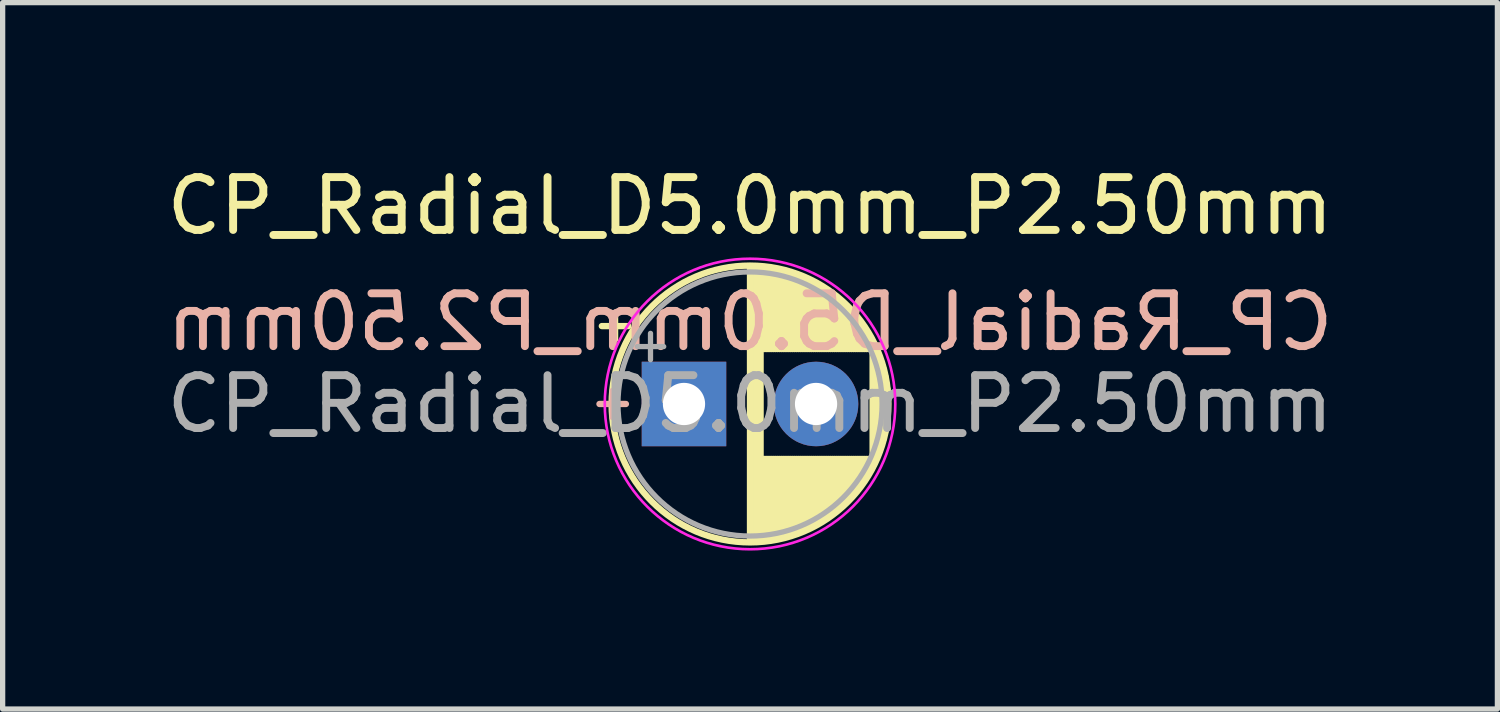
<source format=kicad_pcb>
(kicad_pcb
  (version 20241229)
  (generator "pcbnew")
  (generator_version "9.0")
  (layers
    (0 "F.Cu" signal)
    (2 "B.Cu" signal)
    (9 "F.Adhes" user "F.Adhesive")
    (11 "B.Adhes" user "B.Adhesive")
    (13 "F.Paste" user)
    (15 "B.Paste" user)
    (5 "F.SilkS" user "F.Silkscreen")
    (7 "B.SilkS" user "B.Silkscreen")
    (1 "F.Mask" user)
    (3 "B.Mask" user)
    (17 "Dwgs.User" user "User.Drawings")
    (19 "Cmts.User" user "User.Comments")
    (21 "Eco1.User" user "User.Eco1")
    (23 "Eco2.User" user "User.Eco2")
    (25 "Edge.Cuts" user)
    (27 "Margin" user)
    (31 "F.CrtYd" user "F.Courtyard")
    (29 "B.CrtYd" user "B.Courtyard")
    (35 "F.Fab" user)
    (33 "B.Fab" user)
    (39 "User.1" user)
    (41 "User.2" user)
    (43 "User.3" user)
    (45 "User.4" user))
  (footprint "CP_Radial_D5.0mm_P2.50mm"
    (layer "F.Cu")
    (at 9.899 4.598)
    (property "Reference" "CP_Radial_D5.0mm_P2.50mm" (at 1.25 -3.75 0) (layer "F.SilkS") (effects (font (size 1 1) (thickness 0.15))))
    (fp_line (start -1.555 -1.475) (end -1.055 -1.475) (stroke (width 0.12) (type solid)) (layer "F.SilkS"))
    (fp_line (start -1.305 -1.725) (end -1.305 -1.225) (stroke (width 0.12) (type solid)) (layer "F.SilkS"))
    (fp_line (start 1.25 -2.58) (end 1.25 2.58) (stroke (width 0.12) (type solid)) (layer "F.SilkS"))
    (fp_line (start 1.29 -2.58) (end 1.29 2.58) (stroke (width 0.12) (type solid)) (layer "F.SilkS"))
    (fp_line (start 1.33 -2.579) (end 1.33 2.579) (stroke (width 0.12) (type solid)) (layer "F.SilkS"))
    (fp_line (start 1.37 -2.578) (end 1.37 2.578) (stroke (width 0.12) (type solid)) (layer "F.SilkS"))
    (fp_line (start 1.41 -2.576) (end 1.41 2.576) (stroke (width 0.12) (type solid)) (layer "F.SilkS"))
    (fp_line (start 1.45 -2.573) (end 1.45 2.573) (stroke (width 0.12) (type solid)) (layer "F.SilkS"))
    (fp_line (start 1.49 -2.569) (end 1.49 -1.04) (stroke (width 0.12) (type solid)) (layer "F.SilkS"))
    (fp_line (start 1.49 1.04) (end 1.49 2.569) (stroke (width 0.12) (type solid)) (layer "F.SilkS"))
    (fp_line (start 1.53 -2.565) (end 1.53 -1.04) (stroke (width 0.12) (type solid)) (layer "F.SilkS"))
    (fp_line (start 1.53 1.04) (end 1.53 2.565) (stroke (width 0.12) (type solid)) (layer "F.SilkS"))
    (fp_line (start 1.57 -2.561) (end 1.57 -1.04) (stroke (width 0.12) (type solid)) (layer "F.SilkS"))
    (fp_line (start 1.57 1.04) (end 1.57 2.561) (stroke (width 0.12) (type solid)) (layer "F.SilkS"))
    (fp_line (start 1.61 -2.556) (end 1.61 -1.04) (stroke (width 0.12) (type solid)) (layer "F.SilkS"))
    (fp_line (start 1.61 1.04) (end 1.61 2.556) (stroke (width 0.12) (type solid)) (layer "F.SilkS"))
    (fp_line (start 1.65 -2.55) (end 1.65 -1.04) (stroke (width 0.12) (type solid)) (layer "F.SilkS"))
    (fp_line (start 1.65 1.04) (end 1.65 2.55) (stroke (width 0.12) (type solid)) (layer "F.SilkS"))
    (fp_line (start 1.69 -2.543) (end 1.69 -1.04) (stroke (width 0.12) (type solid)) (layer "F.SilkS"))
    (fp_line (start 1.69 1.04) (end 1.69 2.543) (stroke (width 0.12) (type solid)) (layer "F.SilkS"))
    (fp_line (start 1.73 -2.536) (end 1.73 -1.04) (stroke (width 0.12) (type solid)) (layer "F.SilkS"))
    (fp_line (start 1.73 1.04) (end 1.73 2.536) (stroke (width 0.12) (type solid)) (layer "F.SilkS"))
    (fp_line (start 1.77 -2.528) (end 1.77 -1.04) (stroke (width 0.12) (type solid)) (layer "F.SilkS"))
    (fp_line (start 1.77 1.04) (end 1.77 2.528) (stroke (width 0.12) (type solid)) (layer "F.SilkS"))
    (fp_line (start 1.81 -2.52) (end 1.81 -1.04) (stroke (width 0.12) (type solid)) (layer "F.SilkS"))
    (fp_line (start 1.81 1.04) (end 1.81 2.52) (stroke (width 0.12) (type solid)) (layer "F.SilkS"))
    (fp_line (start 1.85 -2.511) (end 1.85 -1.04) (stroke (width 0.12) (type solid)) (layer "F.SilkS"))
    (fp_line (start 1.85 1.04) (end 1.85 2.511) (stroke (width 0.12) (type solid)) (layer "F.SilkS"))
    (fp_line (start 1.89 -2.501) (end 1.89 -1.04) (stroke (width 0.12) (type solid)) (layer "F.SilkS"))
    (fp_line (start 1.89 1.04) (end 1.89 2.501) (stroke (width 0.12) (type solid)) (layer "F.SilkS"))
    (fp_line (start 1.93 -2.491) (end 1.93 -1.04) (stroke (width 0.12) (type solid)) (layer "F.SilkS"))
    (fp_line (start 1.93 1.04) (end 1.93 2.491) (stroke (width 0.12) (type solid)) (layer "F.SilkS"))
    (fp_line (start 1.971 -2.48) (end 1.971 -1.04) (stroke (width 0.12) (type solid)) (layer "F.SilkS"))
    (fp_line (start 1.971 1.04) (end 1.971 2.48) (stroke (width 0.12) (type solid)) (layer "F.SilkS"))
    (fp_line (start 2.011 -2.468) (end 2.011 -1.04) (stroke (width 0.12) (type solid)) (layer "F.SilkS"))
    (fp_line (start 2.011 1.04) (end 2.011 2.468) (stroke (width 0.12) (type solid)) (layer "F.SilkS"))
    (fp_line (start 2.051 -2.455) (end 2.051 -1.04) (stroke (width 0.12) (type solid)) (layer "F.SilkS"))
    (fp_line (start 2.051 1.04) (end 2.051 2.455) (stroke (width 0.12) (type solid)) (layer "F.SilkS"))
    (fp_line (start 2.091 -2.442) (end 2.091 -1.04) (stroke (width 0.12) (type solid)) (layer "F.SilkS"))
    (fp_line (start 2.091 1.04) (end 2.091 2.442) (stroke (width 0.12) (type solid)) (layer "F.SilkS"))
    (fp_line (start 2.131 -2.428) (end 2.131 -1.04) (stroke (width 0.12) (type solid)) (layer "F.SilkS"))
    (fp_line (start 2.131 1.04) (end 2.131 2.428) (stroke (width 0.12) (type solid)) (layer "F.SilkS"))
    (fp_line (start 2.171 -2.414) (end 2.171 -1.04) (stroke (width 0.12) (type solid)) (layer "F.SilkS"))
    (fp_line (start 2.171 1.04) (end 2.171 2.414) (stroke (width 0.12) (type solid)) (layer "F.SilkS"))
    (fp_line (start 2.211 -2.398) (end 2.211 -1.04) (stroke (width 0.12) (type solid)) (layer "F.SilkS"))
    (fp_line (start 2.211 1.04) (end 2.211 2.398) (stroke (width 0.12) (type solid)) (layer "F.SilkS"))
    (fp_line (start 2.251 -2.382) (end 2.251 -1.04) (stroke (width 0.12) (type solid)) (layer "F.SilkS"))
    (fp_line (start 2.251 1.04) (end 2.251 2.382) (stroke (width 0.12) (type solid)) (layer "F.SilkS"))
    (fp_line (start 2.291 -2.365) (end 2.291 -1.04) (stroke (width 0.12) (type solid)) (layer "F.SilkS"))
    (fp_line (start 2.291 1.04) (end 2.291 2.365) (stroke (width 0.12) (type solid)) (layer "F.SilkS"))
    (fp_line (start 2.331 -2.348) (end 2.331 -1.04) (stroke (width 0.12) (type solid)) (layer "F.SilkS"))
    (fp_line (start 2.331 1.04) (end 2.331 2.348) (stroke (width 0.12) (type solid)) (layer "F.SilkS"))
    (fp_line (start 2.371 -2.329) (end 2.371 -1.04) (stroke (width 0.12) (type solid)) (layer "F.SilkS"))
    (fp_line (start 2.371 1.04) (end 2.371 2.329) (stroke (width 0.12) (type solid)) (layer "F.SilkS"))
    (fp_line (start 2.411 -2.31) (end 2.411 -1.04) (stroke (width 0.12) (type solid)) (layer "F.SilkS"))
    (fp_line (start 2.411 1.04) (end 2.411 2.31) (stroke (width 0.12) (type solid)) (layer "F.SilkS"))
    (fp_line (start 2.451 -2.29) (end 2.451 -1.04) (stroke (width 0.12) (type solid)) (layer "F.SilkS"))
    (fp_line (start 2.451 1.04) (end 2.451 2.29) (stroke (width 0.12) (type solid)) (layer "F.SilkS"))
    (fp_line (start 2.491 -2.268) (end 2.491 -1.04) (stroke (width 0.12) (type solid)) (layer "F.SilkS"))
    (fp_line (start 2.491 1.04) (end 2.491 2.268) (stroke (width 0.12) (type solid)) (layer "F.SilkS"))
    (fp_line (start 2.531 -2.247) (end 2.531 -1.04) (stroke (width 0.12) (type solid)) (layer "F.SilkS"))
    (fp_line (start 2.531 1.04) (end 2.531 2.247) (stroke (width 0.12) (type solid)) (layer "F.SilkS"))
    (fp_line (start 2.571 -2.224) (end 2.571 -1.04) (stroke (width 0.12) (type solid)) (layer "F.SilkS"))
    (fp_line (start 2.571 1.04) (end 2.571 2.224) (stroke (width 0.12) (type solid)) (layer "F.SilkS"))
    (fp_line (start 2.611 -2.2) (end 2.611 -1.04) (stroke (width 0.12) (type solid)) (layer "F.SilkS"))
    (fp_line (start 2.611 1.04) (end 2.611 2.2) (stroke (width 0.12) (type solid)) (layer "F.SilkS"))
    (fp_line (start 2.651 -2.175) (end 2.651 -1.04) (stroke (width 0.12) (type solid)) (layer "F.SilkS"))
    (fp_line (start 2.651 1.04) (end 2.651 2.175) (stroke (width 0.12) (type solid)) (layer "F.SilkS"))
    (fp_line (start 2.691 -2.149) (end 2.691 -1.04) (stroke (width 0.12) (type solid)) (layer "F.SilkS"))
    (fp_line (start 2.691 1.04) (end 2.691 2.149) (stroke (width 0.12) (type solid)) (layer "F.SilkS"))
    (fp_line (start 2.731 -2.122) (end 2.731 -1.04) (stroke (width 0.12) (type solid)) (layer "F.SilkS"))
    (fp_line (start 2.731 1.04) (end 2.731 2.122) (stroke (width 0.12) (type solid)) (layer "F.SilkS"))
    (fp_line (start 2.771 -2.095) (end 2.771 -1.04) (stroke (width 0.12) (type solid)) (layer "F.SilkS"))
    (fp_line (start 2.771 1.04) (end 2.771 2.095) (stroke (width 0.12) (type solid)) (layer "F.SilkS"))
    (fp_line (start 2.811 -2.065) (end 2.811 -1.04) (stroke (width 0.12) (type solid)) (layer "F.SilkS"))
    (fp_line (start 2.811 1.04) (end 2.811 2.065) (stroke (width 0.12) (type solid)) (layer "F.SilkS"))
    (fp_line (start 2.851 -2.035) (end 2.851 -1.04) (stroke (width 0.12) (type solid)) (layer "F.SilkS"))
    (fp_line (start 2.851 1.04) (end 2.851 2.035) (stroke (width 0.12) (type solid)) (layer "F.SilkS"))
    (fp_line (start 2.891 -2.004) (end 2.891 -1.04) (stroke (width 0.12) (type solid)) (layer "F.SilkS"))
    (fp_line (start 2.891 1.04) (end 2.891 2.004) (stroke (width 0.12) (type solid)) (layer "F.SilkS"))
    (fp_line (start 2.931 -1.971) (end 2.931 -1.04) (stroke (width 0.12) (type solid)) (layer "F.SilkS"))
    (fp_line (start 2.931 1.04) (end 2.931 1.971) (stroke (width 0.12) (type solid)) (layer "F.SilkS"))
    (fp_line (start 2.971 -1.937) (end 2.971 -1.04) (stroke (width 0.12) (type solid)) (layer "F.SilkS"))
    (fp_line (start 2.971 1.04) (end 2.971 1.937) (stroke (width 0.12) (type solid)) (layer "F.SilkS"))
    (fp_line (start 3.011 -1.901) (end 3.011 -1.04) (stroke (width 0.12) (type solid)) (layer "F.SilkS"))
    (fp_line (start 3.011 1.04) (end 3.011 1.901) (stroke (width 0.12) (type solid)) (layer "F.SilkS"))
    (fp_line (start 3.051 -1.864) (end 3.051 -1.04) (stroke (width 0.12) (type solid)) (layer "F.SilkS"))
    (fp_line (start 3.051 1.04) (end 3.051 1.864) (stroke (width 0.12) (type solid)) (layer "F.SilkS"))
    (fp_line (start 3.091 -1.826) (end 3.091 -1.04) (stroke (width 0.12) (type solid)) (layer "F.SilkS"))
    (fp_line (start 3.091 1.04) (end 3.091 1.826) (stroke (width 0.12) (type solid)) (layer "F.SilkS"))
    (fp_line (start 3.131 -1.785) (end 3.131 -1.04) (stroke (width 0.12) (type solid)) (layer "F.SilkS"))
    (fp_line (start 3.131 1.04) (end 3.131 1.785) (stroke (width 0.12) (type solid)) (layer "F.SilkS"))
    (fp_line (start 3.171 -1.743) (end 3.171 -1.04) (stroke (width 0.12) (type solid)) (layer "F.SilkS"))
    (fp_line (start 3.171 1.04) (end 3.171 1.743) (stroke (width 0.12) (type solid)) (layer "F.SilkS"))
    (fp_line (start 3.211 -1.699) (end 3.211 -1.04) (stroke (width 0.12) (type solid)) (layer "F.SilkS"))
    (fp_line (start 3.211 1.04) (end 3.211 1.699) (stroke (width 0.12) (type solid)) (layer "F.SilkS"))
    (fp_line (start 3.251 -1.653) (end 3.251 -1.04) (stroke (width 0.12) (type solid)) (layer "F.SilkS"))
    (fp_line (start 3.251 1.04) (end 3.251 1.653) (stroke (width 0.12) (type solid)) (layer "F.SilkS"))
    (fp_line (start 3.291 -1.605) (end 3.291 -1.04) (stroke (width 0.12) (type solid)) (layer "F.SilkS"))
    (fp_line (start 3.291 1.04) (end 3.291 1.605) (stroke (width 0.12) (type solid)) (layer "F.SilkS"))
    (fp_line (start 3.331 -1.554) (end 3.331 -1.04) (stroke (width 0.12) (type solid)) (layer "F.SilkS"))
    (fp_line (start 3.331 1.04) (end 3.331 1.554) (stroke (width 0.12) (type solid)) (layer "F.SilkS"))
    (fp_line (start 3.371 -1.5) (end 3.371 -1.04) (stroke (width 0.12) (type solid)) (layer "F.SilkS"))
    (fp_line (start 3.371 1.04) (end 3.371 1.5) (stroke (width 0.12) (type solid)) (layer "F.SilkS"))
    (fp_line (start 3.411 -1.443) (end 3.411 -1.04) (stroke (width 0.12) (type solid)) (layer "F.SilkS"))
    (fp_line (start 3.411 1.04) (end 3.411 1.443) (stroke (width 0.12) (type solid)) (layer "F.SilkS"))
    (fp_line (start 3.451 -1.383) (end 3.451 -1.04) (stroke (width 0.12) (type solid)) (layer "F.SilkS"))
    (fp_line (start 3.451 1.04) (end 3.451 1.383) (stroke (width 0.12) (type solid)) (layer "F.SilkS"))
    (fp_line (start 3.491 -1.319) (end 3.491 -1.04) (stroke (width 0.12) (type solid)) (layer "F.SilkS"))
    (fp_line (start 3.491 1.04) (end 3.491 1.319) (stroke (width 0.12) (type solid)) (layer "F.SilkS"))
    (fp_line (start 3.531 -1.251) (end 3.531 -1.04) (stroke (width 0.12) (type solid)) (layer "F.SilkS"))
    (fp_line (start 3.531 1.04) (end 3.531 1.251) (stroke (width 0.12) (type solid)) (layer "F.SilkS"))
    (fp_line (start 3.571 -1.178) (end 3.571 1.178) (stroke (width 0.12) (type solid)) (layer "F.SilkS"))
    (fp_line (start 3.611 -1.098) (end 3.611 1.098) (stroke (width 0.12) (type solid)) (layer "F.SilkS"))
    (fp_line (start 3.651 -1.011) (end 3.651 1.011) (stroke (width 0.12) (type solid)) (layer "F.SilkS"))
    (fp_line (start 3.691 -0.915) (end 3.691 0.915) (stroke (width 0.12) (type solid)) (layer "F.SilkS"))
    (fp_line (start 3.731 -0.805) (end 3.731 0.805) (stroke (width 0.12) (type solid)) (layer "F.SilkS"))
    (fp_line (start 3.771 -0.677) (end 3.771 0.677) (stroke (width 0.12) (type solid)) (layer "F.SilkS"))
    (fp_line (start 3.811 -0.518) (end 3.811 0.518) (stroke (width 0.12) (type solid)) (layer "F.SilkS"))
    (fp_line (start 3.851 -0.284) (end 3.851 0.284) (stroke (width 0.12) (type solid)) (layer "F.SilkS"))
    (fp_circle (center 1.25 0) (end 3.87 0) (stroke (width 0.12) (type solid)) (fill no) (layer "F.SilkS"))
    (fp_line (start -1.35 -0.25) (end -1.35 0.25) (stroke (width 0.12) (type solid)) (layer "B.SilkS"))
    (fp_line (start -1.1 0) (end -1.6 0) (stroke (width 0.12) (type solid)) (layer "B.SilkS"))
    (fp_circle (center 1.25 0) (end 4 0) (stroke (width 0.05) (type solid)) (fill no) (layer "F.CrtYd"))
    (fp_line (start -0.884 -1.087) (end -0.384 -1.087) (stroke (width 0.1) (type solid)) (layer "F.Fab"))
    (fp_line (start -0.634 -1.337) (end -0.634 -0.838) (stroke (width 0.1) (type solid)) (layer "F.Fab"))
    (fp_circle (center 1.25 0) (end 3.75 0) (stroke (width 0.1) (type solid)) (fill no) (layer "F.Fab"))
    (fp_text user "${REFERENCE}" (at 1.25 -1.55 0) (layer "B.SilkS") (effects (font (size 1 1) (thickness 0.15)) (justify mirror)))
    (fp_text user "${REFERENCE}" (at 1.25 0 0) (layer "F.Fab") (effects (font (size 1 1) (thickness 0.15))))
    (pad "1" thru_hole rect (at 0 0) (size 1.6 1.6) (drill 0.8) (layers "*.Cu" "*.Mask"))
    (pad "2" thru_hole circle (at 2.5 0) (size 1.6 1.6) (drill 0.8) (layers "*.Cu" "*.Mask")))
  (gr_rect
    (start -3 -3)
    (end 25.298 10.373)
    (stroke (width 0.1) (type default))
    (fill no)
    (layer "Edge.Cuts")))
</source>
